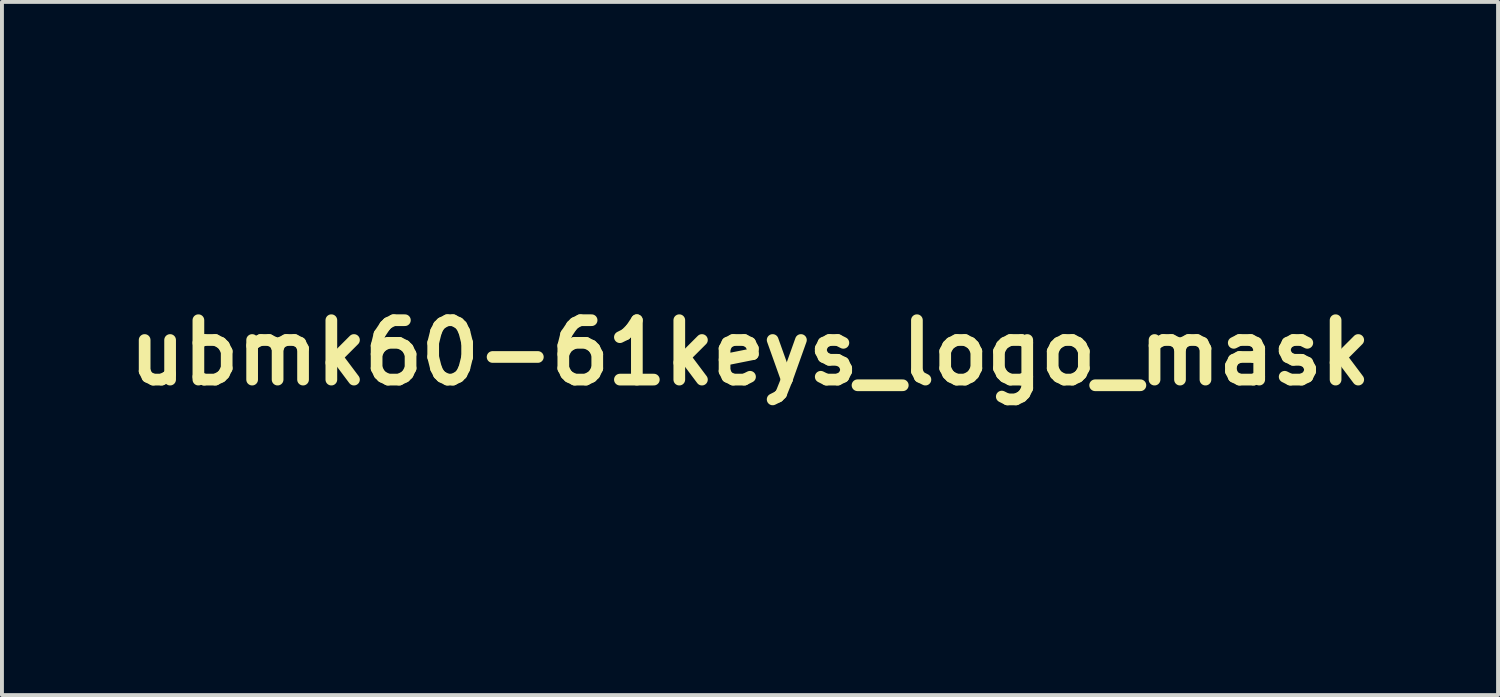
<source format=kicad_pcb>
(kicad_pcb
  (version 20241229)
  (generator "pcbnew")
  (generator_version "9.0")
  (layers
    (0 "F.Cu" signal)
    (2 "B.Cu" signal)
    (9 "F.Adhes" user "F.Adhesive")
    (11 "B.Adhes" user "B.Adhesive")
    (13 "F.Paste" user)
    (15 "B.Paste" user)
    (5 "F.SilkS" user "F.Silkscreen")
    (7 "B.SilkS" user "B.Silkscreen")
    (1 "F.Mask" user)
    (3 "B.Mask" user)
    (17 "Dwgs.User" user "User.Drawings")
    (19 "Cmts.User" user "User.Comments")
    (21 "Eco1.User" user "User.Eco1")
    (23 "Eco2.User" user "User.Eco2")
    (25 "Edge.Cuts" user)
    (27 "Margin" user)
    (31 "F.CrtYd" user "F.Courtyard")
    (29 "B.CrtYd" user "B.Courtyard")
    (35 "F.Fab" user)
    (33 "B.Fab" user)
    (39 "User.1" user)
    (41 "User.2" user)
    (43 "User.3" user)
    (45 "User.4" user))
  (footprint "ubmk60-61keys_logo_mask"
    (layer "F.Cu")
    (at 16.191 5.999)
    (property "Reference" "ubmk60-61keys_logo_mask" (at 0 0 0) (layer "F.SilkS") (effects (font (size 1.524 1.524) (thickness 0.3))))
    (attr through_hole)
    (fp_poly (pts (xy -1.764 -4.371) (xy -2.186 -4.371) (xy -2.186 -4.559) (xy -1.764 -4.559) (xy -1.764 -4.371)) (stroke (width 0.01) (type solid)) (fill yes) (layer "F.Mask"))
    (fp_poly (pts (xy -1.296 5.355) (xy -1.592 5.355) (xy -1.592 5.214) (xy -1.296 5.214) (xy -1.296 5.355)) (stroke (width 0.01) (type solid)) (fill yes) (layer "F.Mask"))
    (fp_poly (pts (xy 0.125 -4.34) (xy 0.297 -4.34) (xy 0.297 -4.075) (xy -0.359 -4.075) (xy -0.359 -4.34) (xy -0.172 -4.34) (xy -0.172 -4.855) (xy -0.343 -4.855) (xy -0.343 -5.121) (xy 0.125 -5.121) (xy 0.125 -4.34)) (stroke (width 0.01) (type solid)) (fill yes) (layer "F.Mask"))
    (fp_poly (pts (xy -2.904 5.37) (xy -2.779 5.37) (xy -2.779 5.558) (xy -3.247 5.558) (xy -3.247 5.37) (xy -3.106 5.37) (xy -3.11 5.187) (xy -3.115 5.004) (xy -3.173 4.999) (xy -3.232 4.994) (xy -3.232 4.824) (xy -2.904 4.824) (xy -2.904 5.37)) (stroke (width 0.01) (type solid)) (fill yes) (layer "F.Mask"))
    (fp_poly (pts (xy -2.061 5.37) (xy -1.936 5.37) (xy -1.936 5.558) (xy -2.404 5.558) (xy -2.404 5.37) (xy -2.263 5.37) (xy -2.267 5.187) (xy -2.271 5.004) (xy -2.33 4.999) (xy -2.389 4.994) (xy -2.389 4.824) (xy -2.061 4.824) (xy -2.061 5.37)) (stroke (width 0.01) (type solid)) (fill yes) (layer "F.Mask"))
    (fp_poly (pts (xy -2.538 5.367) (xy -2.502 5.4) (xy -2.484 5.444) (xy -2.488 5.492) (xy -2.517 5.535) (xy -2.523 5.541) (xy -2.573 5.569) (xy -2.618 5.567) (xy -2.662 5.535) (xy -2.662 5.535) (xy -2.694 5.49) (xy -2.696 5.446) (xy -2.668 5.396) (xy -2.668 5.396) (xy -2.625 5.361) (xy -2.59 5.355) (xy -2.538 5.367)) (stroke (width 0.01) (type solid)) (fill yes) (layer "F.Mask"))
    (fp_poly (pts (xy 5.461 -4.214) (xy 5.518 -4.167) (xy 5.547 -4.111) (xy 5.558 -4.042) (xy 5.551 -3.974) (xy 5.537 -3.937) (xy 5.492 -3.887) (xy 5.429 -3.852) (xy 5.363 -3.841) (xy 5.305 -3.849) (xy 5.255 -3.871) (xy 5.254 -3.871) (xy 5.204 -3.916) (xy 5.176 -3.974) (xy 5.168 -4.046) (xy 5.181 -4.118) (xy 5.216 -4.174) (xy 5.268 -4.215) (xy 5.33 -4.236) (xy 5.396 -4.236) (xy 5.461 -4.214)) (stroke (width 0.01) (type solid)) (fill yes) (layer "F.Mask"))
    (fp_poly (pts (xy -2.966 -5.119) (xy -2.932 -5.114) (xy -2.922 -5.108) (xy -2.931 -5.092) (xy -2.956 -5.053) (xy -2.994 -4.994) (xy -3.044 -4.918) (xy -3.103 -4.827) (xy -3.17 -4.724) (xy -3.243 -4.612) (xy -3.261 -4.585) (xy -3.594 -4.075) (xy -3.797 -4.075) (xy -3.77 -4.118) (xy -3.755 -4.14) (xy -3.725 -4.186) (xy -3.683 -4.251) (xy -3.629 -4.333) (xy -3.568 -4.427) (xy -3.499 -4.532) (xy -3.428 -4.64) (xy -3.115 -5.12) (xy -3.016 -5.121) (xy -2.966 -5.119)) (stroke (width 0.01) (type solid)) (fill yes) (layer "F.Mask"))
    (fp_poly (pts (xy -0.624 4.827) (xy -0.55 4.839) (xy -0.496 4.86) (xy -0.456 4.895) (xy -0.425 4.945) (xy -0.42 4.955) (xy -0.396 5.035) (xy -0.399 5.108) (xy -0.431 5.177) (xy -0.493 5.243) (xy -0.558 5.292) (xy -0.663 5.363) (xy -0.527 5.367) (xy -0.39 5.372) (xy -0.39 5.558) (xy -0.589 5.557) (xy -0.668 5.555) (xy -0.737 5.552) (xy -0.791 5.548) (xy -0.82 5.543) (xy -0.821 5.542) (xy -0.868 5.509) (xy -0.904 5.457) (xy -0.921 5.4) (xy -0.921 5.393) (xy -0.916 5.355) (xy -0.897 5.318) (xy -0.862 5.278) (xy -0.806 5.231) (xy -0.734 5.178) (xy -0.663 5.123) (xy -0.622 5.078) (xy -0.61 5.043) (xy -0.628 5.018) (xy -0.676 5.003) (xy -0.753 4.996) (xy -0.776 4.996) (xy -0.89 4.996) (xy -0.89 4.824) (xy -0.724 4.824) (xy -0.624 4.827)) (stroke (width 0.01) (type solid)) (fill yes) (layer "F.Mask"))
    (fp_poly (pts (xy 0.703 4.827) (xy 0.777 4.839) (xy 0.831 4.86) (xy 0.871 4.895) (xy 0.902 4.945) (xy 0.907 4.955) (xy 0.931 5.035) (xy 0.928 5.108) (xy 0.896 5.177) (xy 0.834 5.243) (xy 0.769 5.292) (xy 0.663 5.363) (xy 0.8 5.367) (xy 0.937 5.372) (xy 0.937 5.558) (xy 0.738 5.557) (xy 0.659 5.555) (xy 0.59 5.552) (xy 0.536 5.548) (xy 0.507 5.543) (xy 0.506 5.542) (xy 0.459 5.509) (xy 0.423 5.457) (xy 0.406 5.4) (xy 0.406 5.393) (xy 0.411 5.355) (xy 0.43 5.318) (xy 0.465 5.278) (xy 0.521 5.231) (xy 0.593 5.178) (xy 0.664 5.123) (xy 0.705 5.078) (xy 0.717 5.043) (xy 0.699 5.018) (xy 0.651 5.003) (xy 0.574 4.996) (xy 0.551 4.996) (xy 0.437 4.996) (xy 0.437 4.824) (xy 0.603 4.824) (xy 0.703 4.827)) (stroke (width 0.01) (type solid)) (fill yes) (layer "F.Mask"))
    (fp_poly (pts (xy 2.873 -4.637) (xy 2.874 -4.534) (xy 2.878 -4.458) (xy 2.886 -4.403) (xy 2.9 -4.366) (xy 2.92 -4.342) (xy 2.945 -4.326) (xy 2.994 -4.311) (xy 3.033 -4.318) (xy 3.068 -4.347) (xy 3.083 -4.363) (xy 3.093 -4.38) (xy 3.1 -4.404) (xy 3.104 -4.44) (xy 3.106 -4.493) (xy 3.107 -4.57) (xy 3.107 -4.62) (xy 3.107 -4.855) (xy 3.39 -4.855) (xy 3.385 -4.568) (xy 3.38 -4.28) (xy 3.333 -4.213) (xy 3.281 -4.157) (xy 3.217 -4.111) (xy 3.212 -4.108) (xy 3.138 -4.07) (xy 3.138 -3.778) (xy 2.857 -3.778) (xy 2.857 -4.075) (xy 2.794 -4.1) (xy 2.732 -4.137) (xy 2.673 -4.194) (xy 2.627 -4.26) (xy 2.607 -4.308) (xy 2.602 -4.343) (xy 2.597 -4.402) (xy 2.594 -4.478) (xy 2.592 -4.565) (xy 2.592 -4.609) (xy 2.592 -4.855) (xy 2.873 -4.855) (xy 2.873 -4.637)) (stroke (width 0.01) (type solid)) (fill yes) (layer "F.Mask"))
    (fp_poly (pts (xy 5.552 -4.875) (xy 5.695 -4.828) (xy 5.828 -4.759) (xy 5.946 -4.668) (xy 5.96 -4.655) (xy 6.042 -4.563) (xy 6.102 -4.476) (xy 6.139 -4.394) (xy 6.151 -4.321) (xy 6.139 -4.259) (xy 6.102 -4.211) (xy 6.073 -4.192) (xy 6.004 -4.17) (xy 5.938 -4.178) (xy 5.895 -4.201) (xy 5.86 -4.237) (xy 5.828 -4.284) (xy 5.824 -4.291) (xy 5.786 -4.347) (xy 5.731 -4.407) (xy 5.667 -4.463) (xy 5.605 -4.507) (xy 5.579 -4.52) (xy 5.456 -4.558) (xy 5.339 -4.566) (xy 5.243 -4.55) (xy 5.146 -4.526) (xy 5.072 -4.514) (xy 5.017 -4.516) (xy 4.977 -4.531) (xy 4.946 -4.56) (xy 4.933 -4.579) (xy 4.906 -4.643) (xy 4.909 -4.705) (xy 4.932 -4.756) (xy 4.974 -4.799) (xy 5.045 -4.836) (xy 5.141 -4.867) (xy 5.259 -4.89) (xy 5.263 -4.89) (xy 5.405 -4.896) (xy 5.552 -4.875)) (stroke (width 0.01) (type solid)) (fill yes) (layer "F.Mask"))
    (fp_poly (pts (xy 3.695 5.006) (xy 3.758 5.029) (xy 3.83 5.079) (xy 3.88 5.148) (xy 3.908 5.227) (xy 3.913 5.313) (xy 3.893 5.398) (xy 3.848 5.477) (xy 3.838 5.487) (xy 3.781 5.534) (xy 3.713 5.562) (xy 3.643 5.569) (xy 3.579 5.556) (xy 3.541 5.532) (xy 3.527 5.521) (xy 3.519 5.523) (xy 3.515 5.541) (xy 3.513 5.582) (xy 3.513 5.641) (xy 3.513 5.776) (xy 3.308 5.776) (xy 3.313 5.474) (xy 3.316 5.284) (xy 3.513 5.284) (xy 3.525 5.332) (xy 3.557 5.366) (xy 3.6 5.382) (xy 3.645 5.377) (xy 3.677 5.355) (xy 3.7 5.31) (xy 3.701 5.261) (xy 3.685 5.214) (xy 3.654 5.18) (xy 3.612 5.167) (xy 3.58 5.18) (xy 3.546 5.212) (xy 3.521 5.251) (xy 3.513 5.284) (xy 3.316 5.284) (xy 3.317 5.173) (xy 3.362 5.114) (xy 3.428 5.052) (xy 3.51 5.012) (xy 3.602 4.996) (xy 3.695 5.006)) (stroke (width 0.01) (type solid)) (fill yes) (layer "F.Mask"))
    (fp_poly (pts (xy -3.723 -5.133) (xy -3.628 -5.12) (xy -3.557 -5.089) (xy -3.508 -5.039) (xy -3.478 -4.966) (xy -3.466 -4.868) (xy -3.466 -4.842) (xy -3.468 -4.776) (xy -3.478 -4.729) (xy -3.496 -4.69) (xy -3.501 -4.682) (xy -3.559 -4.622) (xy -3.634 -4.581) (xy -3.72 -4.563) (xy -3.808 -4.569) (xy -3.828 -4.574) (xy -3.9 -4.606) (xy -3.951 -4.653) (xy -3.982 -4.719) (xy -3.995 -4.808) (xy -3.996 -4.847) (xy -3.995 -4.859) (xy -3.809 -4.859) (xy -3.801 -4.799) (xy -3.779 -4.756) (xy -3.749 -4.733) (xy -3.714 -4.733) (xy -3.68 -4.761) (xy -3.677 -4.765) (xy -3.657 -4.815) (xy -3.654 -4.873) (xy -3.668 -4.926) (xy -3.684 -4.949) (xy -3.714 -4.974) (xy -3.739 -4.977) (xy -3.772 -4.957) (xy -3.775 -4.956) (xy -3.798 -4.932) (xy -3.808 -4.896) (xy -3.809 -4.859) (xy -3.995 -4.859) (xy -3.988 -4.952) (xy -3.962 -5.032) (xy -3.916 -5.087) (xy -3.85 -5.121) (xy -3.763 -5.133) (xy -3.723 -5.133)) (stroke (width 0.01) (type solid)) (fill yes) (layer "F.Mask"))
    (fp_poly (pts (xy -2.934 -4.633) (xy -2.852 -4.614) (xy -2.785 -4.57) (xy -2.741 -4.521) (xy -2.724 -4.493) (xy -2.714 -4.458) (xy -2.71 -4.408) (xy -2.709 -4.348) (xy -2.712 -4.266) (xy -2.724 -4.206) (xy -2.75 -4.16) (xy -2.792 -4.118) (xy -2.815 -4.1) (xy -2.863 -4.078) (xy -2.928 -4.065) (xy -3 -4.062) (xy -3.066 -4.069) (xy -3.1 -4.08) (xy -3.166 -4.127) (xy -3.213 -4.195) (xy -3.24 -4.28) (xy -3.244 -4.372) (xy -3.043 -4.372) (xy -3.043 -4.32) (xy -3.037 -4.275) (xy -3.026 -4.249) (xy -2.989 -4.232) (xy -2.947 -4.238) (xy -2.912 -4.265) (xy -2.892 -4.314) (xy -2.89 -4.367) (xy -2.905 -4.415) (xy -2.932 -4.451) (xy -2.971 -4.465) (xy -2.972 -4.465) (xy -3.008 -4.457) (xy -3.026 -4.446) (xy -3.037 -4.418) (xy -3.043 -4.372) (xy -3.244 -4.372) (xy -3.244 -4.379) (xy -3.239 -4.422) (xy -3.211 -4.504) (xy -3.16 -4.568) (xy -3.089 -4.612) (xy -3.002 -4.633) (xy -2.934 -4.633)) (stroke (width 0.01) (type solid)) (fill yes) (layer "F.Mask"))
    (fp_poly (pts (xy 5.559 -5.433) (xy 5.71 -5.405) (xy 5.722 -5.402) (xy 5.913 -5.336) (xy 6.093 -5.243) (xy 6.259 -5.124) (xy 6.408 -4.982) (xy 6.536 -4.819) (xy 6.588 -4.737) (xy 6.632 -4.648) (xy 6.652 -4.574) (xy 6.646 -4.513) (xy 6.616 -4.46) (xy 6.605 -4.448) (xy 6.548 -4.412) (xy 6.484 -4.402) (xy 6.421 -4.418) (xy 6.396 -4.434) (xy 6.367 -4.465) (xy 6.333 -4.513) (xy 6.304 -4.563) (xy 6.251 -4.645) (xy 6.179 -4.734) (xy 6.097 -4.82) (xy 6.011 -4.896) (xy 5.942 -4.946) (xy 5.794 -5.024) (xy 5.636 -5.08) (xy 5.476 -5.113) (xy 5.366 -5.12) (xy 5.281 -5.115) (xy 5.183 -5.101) (xy 5.085 -5.08) (xy 4.999 -5.054) (xy 4.966 -5.041) (xy 4.886 -5.016) (xy 4.812 -5.012) (xy 4.751 -5.029) (xy 4.722 -5.049) (xy 4.682 -5.108) (xy 4.67 -5.174) (xy 4.687 -5.238) (xy 4.72 -5.284) (xy 4.768 -5.317) (xy 4.844 -5.351) (xy 4.943 -5.384) (xy 5.061 -5.414) (xy 5.089 -5.42) (xy 5.236 -5.441) (xy 5.397 -5.445) (xy 5.559 -5.433)) (stroke (width 0.01) (type solid)) (fill yes) (layer "F.Mask"))
    (fp_poly (pts (xy 5.652 -5.976) (xy 5.865 -5.935) (xy 5.962 -5.907) (xy 6.194 -5.815) (xy 6.409 -5.697) (xy 6.607 -5.554) (xy 6.786 -5.386) (xy 6.945 -5.194) (xy 7.082 -4.983) (xy 7.127 -4.893) (xy 7.15 -4.82) (xy 7.149 -4.759) (xy 7.126 -4.708) (xy 7.104 -4.682) (xy 7.048 -4.646) (xy 6.983 -4.636) (xy 6.919 -4.653) (xy 6.894 -4.669) (xy 6.863 -4.702) (xy 6.83 -4.75) (xy 6.812 -4.783) (xy 6.705 -4.961) (xy 6.571 -5.128) (xy 6.417 -5.277) (xy 6.245 -5.405) (xy 6.129 -5.473) (xy 5.925 -5.565) (xy 5.714 -5.628) (xy 5.499 -5.662) (xy 5.284 -5.666) (xy 5.071 -5.641) (xy 4.862 -5.586) (xy 4.819 -5.571) (xy 4.707 -5.534) (xy 4.618 -5.516) (xy 4.549 -5.517) (xy 4.498 -5.539) (xy 4.463 -5.58) (xy 4.448 -5.617) (xy 4.439 -5.666) (xy 4.446 -5.71) (xy 4.455 -5.735) (xy 4.474 -5.77) (xy 4.502 -5.797) (xy 4.547 -5.823) (xy 4.578 -5.838) (xy 4.773 -5.911) (xy 4.985 -5.961) (xy 5.206 -5.989) (xy 5.431 -5.994) (xy 5.652 -5.976)) (stroke (width 0.01) (type solid)) (fill yes) (layer "F.Mask"))
    (fp_poly (pts (xy 1.081 -4.867) (xy 1.082 -4.763) (xy 1.084 -4.686) (xy 1.087 -4.633) (xy 1.09 -4.598) (xy 1.095 -4.578) (xy 1.103 -4.569) (xy 1.113 -4.566) (xy 1.116 -4.566) (xy 1.136 -4.575) (xy 1.163 -4.604) (xy 1.197 -4.655) (xy 1.228 -4.707) (xy 1.308 -4.847) (xy 1.466 -4.852) (xy 1.532 -4.853) (xy 1.584 -4.852) (xy 1.616 -4.849) (xy 1.624 -4.846) (xy 1.616 -4.829) (xy 1.594 -4.792) (xy 1.562 -4.74) (xy 1.529 -4.687) (xy 1.492 -4.628) (xy 1.462 -4.58) (xy 1.444 -4.548) (xy 1.439 -4.537) (xy 1.454 -4.527) (xy 1.485 -4.508) (xy 1.488 -4.506) (xy 1.537 -4.46) (xy 1.57 -4.391) (xy 1.588 -4.298) (xy 1.592 -4.211) (xy 1.592 -4.075) (xy 1.315 -4.075) (xy 1.309 -4.201) (xy 1.305 -4.266) (xy 1.299 -4.308) (xy 1.288 -4.334) (xy 1.27 -4.354) (xy 1.266 -4.358) (xy 1.226 -4.379) (xy 1.172 -4.384) (xy 1.157 -4.384) (xy 1.085 -4.379) (xy 1.081 -4.227) (xy 1.076 -4.075) (xy 0.796 -4.075) (xy 0.796 -5.167) (xy 1.077 -5.167) (xy 1.081 -4.867)) (stroke (width 0.01) (type solid)) (fill yes) (layer "F.Mask"))
    (fp_poly (pts (xy 2.529 -1.78) (xy 2.646 -1.78) (xy 2.779 -2.022) (xy 2.912 -2.263) (xy 3.189 -2.264) (xy 3.278 -2.263) (xy 3.355 -2.262) (xy 3.415 -2.261) (xy 3.454 -2.258) (xy 3.466 -2.256) (xy 3.458 -2.242) (xy 3.435 -2.205) (xy 3.401 -2.149) (xy 3.358 -2.08) (xy 3.308 -2.001) (xy 3.299 -1.988) (xy 3.25 -1.908) (xy 3.207 -1.837) (xy 3.175 -1.78) (xy 3.155 -1.74) (xy 3.15 -1.722) (xy 3.15 -1.721) (xy 3.196 -1.697) (xy 3.25 -1.655) (xy 3.3 -1.604) (xy 3.319 -1.581) (xy 3.35 -1.533) (xy 3.373 -1.478) (xy 3.389 -1.411) (xy 3.398 -1.327) (xy 3.403 -1.22) (xy 3.403 -1.147) (xy 3.403 -0.937) (xy 2.904 -0.937) (xy 2.904 -1.145) (xy 2.903 -1.232) (xy 2.901 -1.293) (xy 2.897 -1.334) (xy 2.89 -1.363) (xy 2.88 -1.384) (xy 2.872 -1.395) (xy 2.819 -1.437) (xy 2.742 -1.46) (xy 2.642 -1.465) (xy 2.631 -1.465) (xy 2.537 -1.46) (xy 2.533 -1.198) (xy 2.528 -0.937) (xy 2.045 -0.937) (xy 2.045 -2.81) (xy 2.529 -2.81) (xy 2.529 -1.78)) (stroke (width 0.01) (type solid)) (fill yes) (layer "F.Mask"))
    (fp_poly (pts (xy -3.106 -1.893) (xy -3.105 -1.747) (xy -3.102 -1.63) (xy -3.097 -1.544) (xy -3.091 -1.487) (xy -3.086 -1.469) (xy -3.049 -1.407) (xy -2.99 -1.366) (xy -2.926 -1.349) (xy -2.856 -1.352) (xy -2.798 -1.382) (xy -2.752 -1.435) (xy -2.741 -1.452) (xy -2.733 -1.47) (xy -2.726 -1.493) (xy -2.722 -1.525) (xy -2.719 -1.57) (xy -2.717 -1.632) (xy -2.717 -1.716) (xy -2.716 -1.825) (xy -2.716 -1.876) (xy -2.716 -2.264) (xy -2.232 -2.264) (xy -2.232 -1.822) (xy -2.233 -1.676) (xy -2.234 -1.559) (xy -2.237 -1.464) (xy -2.243 -1.389) (xy -2.251 -1.329) (xy -2.263 -1.28) (xy -2.279 -1.239) (xy -2.3 -1.201) (xy -2.326 -1.162) (xy -2.334 -1.151) (xy -2.422 -1.057) (xy -2.53 -0.984) (xy -2.605 -0.951) (xy -2.676 -0.931) (xy -2.767 -0.918) (xy -2.868 -0.91) (xy -2.969 -0.91) (xy -3.06 -0.917) (xy -3.115 -0.927) (xy -3.245 -0.974) (xy -3.36 -1.044) (xy -3.457 -1.133) (xy -3.529 -1.238) (xy -3.541 -1.261) (xy -3.583 -1.35) (xy -3.588 -1.807) (xy -3.593 -2.264) (xy -3.107 -2.264) (xy -3.106 -1.893)) (stroke (width 0.01) (type solid)) (fill yes) (layer "F.Mask"))
    (fp_poly (pts (xy 2.576 4.995) (xy 2.225 5.004) (xy 2.225 5.043) (xy 2.226 5.062) (xy 2.235 5.074) (xy 2.258 5.081) (xy 2.301 5.086) (xy 2.351 5.09) (xy 2.42 5.096) (xy 2.468 5.105) (xy 2.504 5.12) (xy 2.534 5.141) (xy 2.585 5.197) (xy 2.612 5.266) (xy 2.616 5.339) (xy 2.599 5.411) (xy 2.562 5.475) (xy 2.504 5.522) (xy 2.482 5.533) (xy 2.439 5.545) (xy 2.381 5.553) (xy 2.301 5.557) (xy 2.224 5.558) (xy 2.03 5.558) (xy 2.03 5.386) (xy 2.192 5.386) (xy 2.271 5.385) (xy 2.324 5.381) (xy 2.358 5.374) (xy 2.378 5.363) (xy 2.38 5.361) (xy 2.401 5.33) (xy 2.394 5.306) (xy 2.358 5.287) (xy 2.293 5.274) (xy 2.247 5.269) (xy 2.178 5.258) (xy 2.119 5.241) (xy 2.094 5.229) (xy 2.041 5.18) (xy 2.01 5.116) (xy 2 5.045) (xy 2.011 4.973) (xy 2.043 4.908) (xy 2.096 4.857) (xy 2.099 4.855) (xy 2.124 4.842) (xy 2.152 4.834) (xy 2.191 4.828) (xy 2.245 4.825) (xy 2.322 4.824) (xy 2.363 4.824) (xy 2.576 4.824) (xy 2.576 4.995)) (stroke (width 0.01) (type solid)) (fill yes) (layer "F.Mask"))
    (fp_poly (pts (xy 3.758 1.547) (xy 3.823 1.592) (xy 3.869 1.644) (xy 3.911 1.707) (xy 3.911 3.068) (xy 3.875 3.125) (xy 3.837 3.173) (xy 3.789 3.214) (xy 3.781 3.219) (xy 3.723 3.255) (xy -0.078 3.258) (xy -0.464 3.258) (xy -0.834 3.258) (xy -1.189 3.258) (xy -1.527 3.258) (xy -1.847 3.257) (xy -2.148 3.257) (xy -2.43 3.256) (xy -2.69 3.256) (xy -2.929 3.255) (xy -3.144 3.254) (xy -3.336 3.253) (xy -3.503 3.252) (xy -3.643 3.251) (xy -3.757 3.25) (xy -3.843 3.249) (xy -3.9 3.248) (xy -3.927 3.246) (xy -3.928 3.246) (xy -3.979 3.219) (xy -4.031 3.171) (xy -4.075 3.112) (xy -4.104 3.052) (xy -4.106 3.045) (xy -4.111 3.009) (xy -4.115 2.942) (xy -4.117 2.845) (xy -4.119 2.717) (xy -4.119 2.559) (xy -4.118 2.369) (xy -4.118 2.353) (xy -4.116 2.076) (xy -3.544 2.076) (xy -3.544 2.685) (xy 3.341 2.685) (xy 3.341 2.076) (xy -3.544 2.076) (xy -4.116 2.076) (xy -4.114 1.725) (xy -4.071 1.652) (xy -4.019 1.587) (xy -3.961 1.547) (xy -3.893 1.514) (xy 3.69 1.514) (xy 3.758 1.547)) (stroke (width 0.01) (type solid)) (fill yes) (layer "F.Mask"))
    (fp_poly (pts (xy 3.067 5.018) (xy 3.086 5.026) (xy 3.132 5.053) (xy 3.17 5.086) (xy 3.177 5.096) (xy 3.203 5.15) (xy 3.22 5.214) (xy 3.226 5.274) (xy 3.222 5.301) (xy 3.217 5.318) (xy 3.207 5.329) (xy 3.186 5.335) (xy 3.149 5.338) (xy 3.089 5.339) (xy 3.05 5.339) (xy 2.983 5.34) (xy 2.93 5.343) (xy 2.896 5.348) (xy 2.888 5.352) (xy 2.899 5.376) (xy 2.934 5.392) (xy 2.994 5.4) (xy 3.047 5.402) (xy 3.169 5.402) (xy 3.169 5.558) (xy 3.04 5.557) (xy 2.971 5.554) (xy 2.904 5.547) (xy 2.854 5.536) (xy 2.849 5.534) (xy 2.778 5.495) (xy 2.72 5.434) (xy 2.684 5.36) (xy 2.676 5.328) (xy 2.676 5.235) (xy 2.686 5.203) (xy 2.878 5.203) (xy 2.878 5.219) (xy 2.905 5.228) (xy 2.96 5.23) (xy 3.01 5.229) (xy 3.033 5.226) (xy 3.037 5.216) (xy 3.026 5.197) (xy 3.025 5.195) (xy 2.988 5.162) (xy 2.944 5.156) (xy 2.902 5.176) (xy 2.878 5.203) (xy 2.686 5.203) (xy 2.702 5.153) (xy 2.749 5.085) (xy 2.814 5.034) (xy 2.891 5.004) (xy 2.977 4.998) (xy 3.067 5.018)) (stroke (width 0.01) (type solid)) (fill yes) (layer "F.Mask"))
    (fp_poly (pts (xy 2.223 -4.849) (xy 2.318 -4.812) (xy 2.393 -4.752) (xy 2.446 -4.672) (xy 2.475 -4.572) (xy 2.479 -4.468) (xy 2.474 -4.379) (xy 2.235 -4.375) (xy 2.139 -4.372) (xy 2.071 -4.369) (xy 2.027 -4.364) (xy 2.006 -4.358) (xy 2.002 -4.351) (xy 2.023 -4.326) (xy 2.066 -4.308) (xy 2.135 -4.297) (xy 2.231 -4.293) (xy 2.244 -4.293) (xy 2.404 -4.293) (xy 2.404 -4.075) (xy 2.236 -4.076) (xy 2.16 -4.078) (xy 2.089 -4.082) (xy 2.034 -4.088) (xy 2.01 -4.092) (xy 1.902 -4.131) (xy 1.816 -4.191) (xy 1.752 -4.27) (xy 1.714 -4.366) (xy 1.703 -4.465) (xy 1.712 -4.545) (xy 1.987 -4.545) (xy 1.993 -4.534) (xy 2.014 -4.529) (xy 2.057 -4.527) (xy 2.099 -4.527) (xy 2.159 -4.528) (xy 2.195 -4.532) (xy 2.212 -4.539) (xy 2.217 -4.553) (xy 2.217 -4.556) (xy 2.203 -4.595) (xy 2.166 -4.625) (xy 2.117 -4.642) (xy 2.099 -4.643) (xy 2.042 -4.632) (xy 2.005 -4.596) (xy 1.991 -4.562) (xy 1.987 -4.545) (xy 1.712 -4.545) (xy 1.716 -4.579) (xy 1.755 -4.675) (xy 1.819 -4.755) (xy 1.907 -4.816) (xy 1.957 -4.841) (xy 2.003 -4.855) (xy 2.056 -4.861) (xy 2.108 -4.862) (xy 2.223 -4.849)) (stroke (width 0.01) (type solid)) (fill yes) (layer "F.Mask"))
    (fp_poly (pts (xy -1.53 -2.155) (xy -1.461 -2.207) (xy -1.37 -2.258) (xy -1.264 -2.286) (xy -1.149 -2.291) (xy -1.032 -2.275) (xy -0.917 -2.238) (xy -0.811 -2.18) (xy -0.766 -2.145) (xy -0.698 -2.073) (xy -0.638 -1.981) (xy -0.591 -1.879) (xy -0.571 -1.811) (xy -0.549 -1.657) (xy -0.555 -1.509) (xy -0.587 -1.371) (xy -0.643 -1.246) (xy -0.72 -1.136) (xy -0.819 -1.044) (xy -0.937 -0.974) (xy -1.072 -0.927) (xy -1.09 -0.923) (xy -1.175 -0.911) (xy -1.276 -0.907) (xy -1.378 -0.91) (xy -1.47 -0.921) (xy -1.513 -0.93) (xy -1.649 -0.982) (xy -1.768 -1.059) (xy -1.867 -1.161) (xy -1.945 -1.285) (xy -1.95 -1.296) (xy -2.006 -1.413) (xy -2.007 -1.592) (xy -1.514 -1.592) (xy -1.501 -1.504) (xy -1.466 -1.431) (xy -1.412 -1.377) (xy -1.344 -1.346) (xy -1.267 -1.339) (xy -1.185 -1.36) (xy -1.169 -1.367) (xy -1.115 -1.411) (xy -1.078 -1.474) (xy -1.058 -1.548) (xy -1.056 -1.628) (xy -1.074 -1.703) (xy -1.111 -1.768) (xy -1.123 -1.781) (xy -1.188 -1.828) (xy -1.259 -1.848) (xy -1.33 -1.843) (xy -1.395 -1.816) (xy -1.451 -1.768) (xy -1.492 -1.704) (xy -1.513 -1.624) (xy -1.514 -1.592) (xy -2.007 -1.592) (xy -2.015 -2.81) (xy -1.53 -2.81) (xy -1.53 -2.155)) (stroke (width 0.01) (type solid)) (fill yes) (layer "F.Mask"))
    (fp_poly (pts (xy -3.349 5.012) (xy -3.31 5.013) (xy -3.294 5.016) (xy -3.294 5.016) (xy -3.299 5.034) (xy -3.312 5.076) (xy -3.332 5.134) (xy -3.355 5.204) (xy -3.381 5.278) (xy -3.406 5.351) (xy -3.43 5.417) (xy -3.448 5.469) (xy -3.461 5.5) (xy -3.463 5.506) (xy -3.493 5.536) (xy -3.542 5.56) (xy -3.596 5.572) (xy -3.613 5.573) (xy -3.651 5.565) (xy -3.686 5.55) (xy -3.72 5.524) (xy -3.739 5.5) (xy -3.747 5.477) (xy -3.763 5.432) (xy -3.784 5.371) (xy -3.808 5.301) (xy -3.833 5.227) (xy -3.857 5.156) (xy -3.878 5.094) (xy -3.893 5.046) (xy -3.902 5.019) (xy -3.903 5.016) (xy -3.889 5.014) (xy -3.851 5.012) (xy -3.798 5.011) (xy -3.795 5.011) (xy -3.736 5.013) (xy -3.701 5.018) (xy -3.684 5.028) (xy -3.679 5.039) (xy -3.672 5.065) (xy -3.661 5.114) (xy -3.647 5.177) (xy -3.637 5.219) (xy -3.622 5.282) (xy -3.609 5.331) (xy -3.599 5.36) (xy -3.596 5.365) (xy -3.589 5.347) (xy -3.578 5.306) (xy -3.565 5.25) (xy -3.558 5.22) (xy -3.544 5.153) (xy -3.531 5.096) (xy -3.522 5.055) (xy -3.52 5.046) (xy -3.513 5.028) (xy -3.498 5.017) (xy -3.468 5.013) (xy -3.415 5.011) (xy -3.403 5.011) (xy -3.349 5.012)) (stroke (width 0.01) (type solid)) (fill yes) (layer "F.Mask"))
    (fp_poly (pts (xy -5.346 -5.12) (xy -5.291 -5.118) (xy -5.256 -5.115) (xy -5.245 -5.112) (xy -5.254 -5.097) (xy -5.276 -5.061) (xy -5.309 -5.01) (xy -5.347 -4.953) (xy -5.392 -4.884) (xy -5.419 -4.836) (xy -5.429 -4.806) (xy -5.422 -4.789) (xy -5.398 -4.781) (xy -5.362 -4.778) (xy -5.315 -4.765) (xy -5.26 -4.733) (xy -5.205 -4.687) (xy -5.159 -4.636) (xy -5.143 -4.613) (xy -5.118 -4.562) (xy -5.104 -4.512) (xy -5.1 -4.449) (xy -5.1 -4.436) (xy -5.113 -4.329) (xy -5.151 -4.237) (xy -5.213 -4.163) (xy -5.295 -4.108) (xy -5.397 -4.074) (xy -5.515 -4.061) (xy -5.638 -4.07) (xy -5.673 -4.081) (xy -5.723 -4.104) (xy -5.762 -4.126) (xy -5.823 -4.17) (xy -5.866 -4.221) (xy -5.89 -4.262) (xy -5.915 -4.313) (xy -5.927 -4.355) (xy -5.931 -4.402) (xy -5.929 -4.453) (xy -5.634 -4.453) (xy -5.624 -4.399) (xy -5.603 -4.366) (xy -5.559 -4.333) (xy -5.503 -4.324) (xy -5.447 -4.341) (xy -5.41 -4.376) (xy -5.394 -4.427) (xy -5.402 -4.481) (xy -5.402 -4.482) (xy -5.435 -4.525) (xy -5.483 -4.548) (xy -5.536 -4.551) (xy -5.585 -4.533) (xy -5.613 -4.506) (xy -5.634 -4.453) (xy -5.929 -4.453) (xy -5.928 -4.457) (xy -5.922 -4.516) (xy -5.908 -4.574) (xy -5.885 -4.636) (xy -5.85 -4.707) (xy -5.801 -4.79) (xy -5.736 -4.892) (xy -5.702 -4.943) (xy -5.584 -5.121) (xy -5.415 -5.121) (xy -5.346 -5.12)) (stroke (width 0.01) (type solid)) (fill yes) (layer "F.Mask"))
    (fp_poly (pts (xy -0.678 -5.12) (xy -0.623 -5.118) (xy -0.588 -5.115) (xy -0.578 -5.112) (xy -0.586 -5.097) (xy -0.608 -5.061) (xy -0.641 -5.01) (xy -0.679 -4.953) (xy -0.724 -4.884) (xy -0.752 -4.836) (xy -0.761 -4.806) (xy -0.754 -4.789) (xy -0.73 -4.781) (xy -0.694 -4.778) (xy -0.647 -4.765) (xy -0.592 -4.733) (xy -0.537 -4.687) (xy -0.491 -4.636) (xy -0.475 -4.613) (xy -0.45 -4.562) (xy -0.437 -4.512) (xy -0.432 -4.449) (xy -0.432 -4.436) (xy -0.445 -4.329) (xy -0.483 -4.237) (xy -0.545 -4.163) (xy -0.628 -4.108) (xy -0.729 -4.074) (xy -0.847 -4.061) (xy -0.97 -4.07) (xy -1.006 -4.081) (xy -1.055 -4.104) (xy -1.094 -4.126) (xy -1.155 -4.17) (xy -1.198 -4.221) (xy -1.222 -4.262) (xy -1.247 -4.313) (xy -1.26 -4.355) (xy -1.263 -4.402) (xy -1.261 -4.453) (xy -0.966 -4.453) (xy -0.956 -4.399) (xy -0.936 -4.366) (xy -0.891 -4.333) (xy -0.836 -4.324) (xy -0.779 -4.341) (xy -0.743 -4.376) (xy -0.726 -4.427) (xy -0.734 -4.481) (xy -0.734 -4.482) (xy -0.767 -4.525) (xy -0.815 -4.548) (xy -0.868 -4.551) (xy -0.918 -4.533) (xy -0.945 -4.506) (xy -0.966 -4.453) (xy -1.261 -4.453) (xy -1.261 -4.457) (xy -1.254 -4.516) (xy -1.24 -4.574) (xy -1.217 -4.636) (xy -1.182 -4.707) (xy -1.133 -4.79) (xy -1.068 -4.892) (xy -1.035 -4.943) (xy -0.916 -5.121) (xy -0.747 -5.121) (xy -0.678 -5.12)) (stroke (width 0.01) (type solid)) (fill yes) (layer "F.Mask"))
    (fp_poly (pts (xy 0.118 4.821) (xy 0.195 4.854) (xy 0.258 4.908) (xy 0.268 4.921) (xy 0.283 4.944) (xy 0.293 4.968) (xy 0.299 4.999) (xy 0.303 5.044) (xy 0.304 5.108) (xy 0.304 5.184) (xy 0.304 5.27) (xy 0.303 5.33) (xy 0.299 5.372) (xy 0.293 5.401) (xy 0.282 5.424) (xy 0.266 5.447) (xy 0.262 5.451) (xy 0.221 5.494) (xy 0.171 5.53) (xy 0.161 5.535) (xy 0.095 5.557) (xy 0.017 5.567) (xy -0.058 5.566) (xy -0.099 5.558) (xy -0.166 5.525) (xy -0.227 5.474) (xy -0.269 5.415) (xy -0.271 5.412) (xy -0.284 5.375) (xy -0.292 5.324) (xy -0.296 5.253) (xy -0.296 5.187) (xy -0.094 5.187) (xy -0.093 5.251) (xy -0.088 5.292) (xy -0.078 5.32) (xy -0.06 5.343) (xy -0.055 5.348) (xy -0.022 5.374) (xy 0.006 5.386) (xy 0.008 5.386) (xy 0.035 5.376) (xy 0.068 5.35) (xy 0.071 5.348) (xy 0.091 5.325) (xy 0.102 5.298) (xy 0.108 5.26) (xy 0.109 5.202) (xy 0.109 5.187) (xy 0.106 5.104) (xy 0.093 5.047) (xy 0.07 5.013) (xy 0.034 4.998) (xy 0.008 4.996) (xy -0.036 5.003) (xy -0.066 5.026) (xy -0.084 5.069) (xy -0.093 5.137) (xy -0.094 5.187) (xy -0.296 5.187) (xy -0.296 5.181) (xy -0.295 5.1) (xy -0.292 5.043) (xy -0.286 5.002) (xy -0.275 4.97) (xy -0.261 4.942) (xy -0.209 4.88) (xy -0.138 4.837) (xy -0.056 4.812) (xy 0.032 4.807) (xy 0.118 4.821)) (stroke (width 0.01) (type solid)) (fill yes) (layer "F.Mask"))
    (fp_poly (pts (xy 1.429 4.821) (xy 1.507 4.854) (xy 1.569 4.908) (xy 1.579 4.921) (xy 1.594 4.944) (xy 1.604 4.968) (xy 1.611 4.999) (xy 1.614 5.044) (xy 1.616 5.108) (xy 1.616 5.184) (xy 1.616 5.27) (xy 1.614 5.33) (xy 1.611 5.372) (xy 1.604 5.401) (xy 1.593 5.424) (xy 1.577 5.447) (xy 1.574 5.451) (xy 1.532 5.494) (xy 1.482 5.53) (xy 1.472 5.535) (xy 1.406 5.557) (xy 1.328 5.567) (xy 1.254 5.566) (xy 1.213 5.558) (xy 1.146 5.525) (xy 1.085 5.474) (xy 1.042 5.415) (xy 1.04 5.412) (xy 1.028 5.375) (xy 1.02 5.324) (xy 1.016 5.253) (xy 1.015 5.187) (xy 1.218 5.187) (xy 1.219 5.251) (xy 1.223 5.292) (xy 1.234 5.32) (xy 1.251 5.343) (xy 1.256 5.348) (xy 1.289 5.374) (xy 1.317 5.386) (xy 1.319 5.386) (xy 1.347 5.376) (xy 1.38 5.35) (xy 1.382 5.348) (xy 1.402 5.325) (xy 1.414 5.298) (xy 1.419 5.26) (xy 1.421 5.202) (xy 1.421 5.187) (xy 1.417 5.104) (xy 1.405 5.047) (xy 1.382 5.013) (xy 1.346 4.998) (xy 1.319 4.996) (xy 1.275 5.003) (xy 1.245 5.026) (xy 1.227 5.069) (xy 1.219 5.137) (xy 1.218 5.187) (xy 1.015 5.187) (xy 1.015 5.181) (xy 1.016 5.1) (xy 1.019 5.043) (xy 1.025 5.002) (xy 1.036 4.97) (xy 1.05 4.942) (xy 1.102 4.88) (xy 1.173 4.837) (xy 1.255 4.812) (xy 1.343 4.807) (xy 1.429 4.821)) (stroke (width 0.01) (type solid)) (fill yes) (layer "F.Mask"))
    (fp_poly (pts (xy -4.483 -5.128) (xy -4.43 -5.125) (xy -4.392 -5.118) (xy -4.359 -5.106) (xy -4.323 -5.086) (xy -4.32 -5.084) (xy -4.251 -5.035) (xy -4.198 -4.976) (xy -4.16 -4.904) (xy -4.136 -4.814) (xy -4.125 -4.704) (xy -4.124 -4.567) (xy -4.125 -4.543) (xy -4.129 -4.454) (xy -4.135 -4.389) (xy -4.143 -4.341) (xy -4.156 -4.303) (xy -4.165 -4.284) (xy -4.215 -4.212) (xy -4.286 -4.144) (xy -4.36 -4.096) (xy -4.406 -4.08) (xy -4.474 -4.07) (xy -4.551 -4.064) (xy -4.627 -4.065) (xy -4.692 -4.071) (xy -4.715 -4.076) (xy -4.802 -4.116) (xy -4.882 -4.18) (xy -4.941 -4.253) (xy -4.959 -4.283) (xy -4.972 -4.31) (xy -4.98 -4.34) (xy -4.986 -4.378) (xy -4.988 -4.418) (xy -4.702 -4.418) (xy -4.655 -4.371) (xy -4.6 -4.333) (xy -4.542 -4.326) (xy -4.486 -4.35) (xy -4.471 -4.361) (xy -4.45 -4.382) (xy -4.437 -4.405) (xy -4.429 -4.439) (xy -4.424 -4.492) (xy -4.421 -4.532) (xy -4.419 -4.655) (xy -4.428 -4.748) (xy -4.447 -4.813) (xy -4.466 -4.841) (xy -4.509 -4.864) (xy -4.565 -4.871) (xy -4.622 -4.859) (xy -4.654 -4.841) (xy -4.67 -4.827) (xy -4.68 -4.809) (xy -4.687 -4.782) (xy -4.692 -4.74) (xy -4.695 -4.677) (xy -4.696 -4.615) (xy -4.702 -4.418) (xy -4.988 -4.418) (xy -4.989 -4.432) (xy -4.992 -4.506) (xy -4.993 -4.571) (xy -4.994 -4.685) (xy -4.991 -4.775) (xy -4.982 -4.844) (xy -4.966 -4.9) (xy -4.942 -4.948) (xy -4.909 -4.993) (xy -4.898 -5.006) (xy -4.845 -5.058) (xy -4.79 -5.094) (xy -4.726 -5.115) (xy -4.644 -5.126) (xy -4.559 -5.128) (xy -4.483 -5.128)) (stroke (width 0.01) (type solid)) (fill yes) (layer "F.Mask"))
    (fp_poly (pts (xy -4.964 -2.667) (xy -4.858 -2.667) (xy -4.77 -2.666) (xy -4.705 -2.665) (xy -4.666 -2.663) (xy -4.656 -2.662) (xy -4.613 -2.641) (xy -4.564 -2.602) (xy -4.519 -2.554) (xy -4.488 -2.507) (xy -4.486 -2.502) (xy -4.481 -2.483) (xy -4.476 -2.451) (xy -4.472 -2.405) (xy -4.47 -2.341) (xy -4.468 -2.257) (xy -4.466 -2.151) (xy -4.465 -2.02) (xy -4.465 -1.86) (xy -4.465 -1.801) (xy -4.465 -1.641) (xy -4.465 -1.509) (xy -4.466 -1.402) (xy -4.467 -1.317) (xy -4.469 -1.251) (xy -4.471 -1.201) (xy -4.474 -1.163) (xy -4.479 -1.135) (xy -4.484 -1.114) (xy -4.491 -1.096) (xy -4.498 -1.082) (xy -4.548 -1.012) (xy -4.597 -0.976) (xy -4.663 -0.937) (xy -5.341 -0.937) (xy -5.504 -0.937) (xy -5.64 -0.937) (xy -5.75 -0.938) (xy -5.838 -0.939) (xy -5.906 -0.94) (xy -5.958 -0.943) (xy -5.996 -0.946) (xy -6.023 -0.95) (xy -6.043 -0.955) (xy -6.058 -0.961) (xy -6.066 -0.966) (xy -6.138 -1.027) (xy -6.188 -1.107) (xy -6.199 -1.138) (xy -6.203 -1.171) (xy -6.207 -1.235) (xy -6.21 -1.329) (xy -6.211 -1.453) (xy -6.211 -1.499) (xy -5.636 -1.499) (xy -5.026 -1.499) (xy -5.035 -2.1) (xy -5.335 -2.104) (xy -5.636 -2.108) (xy -5.636 -1.499) (xy -6.211 -1.499) (xy -6.212 -1.606) (xy -6.211 -1.787) (xy -6.21 -1.834) (xy -6.209 -2) (xy -6.208 -2.137) (xy -6.206 -2.249) (xy -6.203 -2.339) (xy -6.199 -2.41) (xy -6.192 -2.465) (xy -6.184 -2.506) (xy -6.172 -2.538) (xy -6.158 -2.562) (xy -6.139 -2.582) (xy -6.117 -2.6) (xy -6.094 -2.618) (xy -6.036 -2.662) (xy -5.364 -2.666) (xy -5.221 -2.667) (xy -5.086 -2.667) (xy -4.964 -2.667)) (stroke (width 0.01) (type solid)) (fill yes) (layer "F.Mask"))
    (fp_poly (pts (xy 5.297 1.515) (xy 5.429 1.515) (xy 5.536 1.516) (xy 5.622 1.517) (xy 5.688 1.519) (xy 5.739 1.522) (xy 5.777 1.525) (xy 5.805 1.53) (xy 5.826 1.535) (xy 5.844 1.542) (xy 5.848 1.544) (xy 5.923 1.594) (xy 5.976 1.666) (xy 5.996 1.715) (xy 6 1.748) (xy 6.004 1.812) (xy 6.006 1.905) (xy 6.008 2.028) (xy 6.008 2.179) (xy 6.008 2.358) (xy 6.007 2.421) (xy 6.003 3.07) (xy 5.961 3.133) (xy 5.908 3.191) (xy 5.85 3.23) (xy 5.833 3.238) (xy 5.814 3.245) (xy 5.791 3.25) (xy 5.762 3.254) (xy 5.722 3.257) (xy 5.669 3.26) (xy 5.6 3.261) (xy 5.511 3.262) (xy 5.4 3.263) (xy 5.263 3.263) (xy 5.135 3.263) (xy 4.976 3.263) (xy 4.845 3.263) (xy 4.739 3.262) (xy 4.654 3.261) (xy 4.589 3.259) (xy 4.539 3.257) (xy 4.502 3.253) (xy 4.475 3.249) (xy 4.453 3.243) (xy 4.435 3.236) (xy 4.421 3.229) (xy 4.361 3.188) (xy 4.312 3.134) (xy 4.311 3.133) (xy 4.27 3.07) (xy 4.267 2.685) (xy 4.823 2.685) (xy 5.449 2.685) (xy 5.445 2.385) (xy 5.441 2.084) (xy 4.832 2.084) (xy 4.828 2.385) (xy 4.823 2.685) (xy 4.267 2.685) (xy 4.265 2.421) (xy 4.264 2.233) (xy 4.264 2.073) (xy 4.265 1.942) (xy 4.268 1.839) (xy 4.271 1.766) (xy 4.275 1.723) (xy 4.277 1.715) (xy 4.316 1.633) (xy 4.379 1.57) (xy 4.425 1.544) (xy 4.442 1.537) (xy 4.463 1.531) (xy 4.489 1.526) (xy 4.525 1.522) (xy 4.573 1.52) (xy 4.636 1.518) (xy 4.717 1.516) (xy 4.819 1.516) (xy 4.946 1.515) (xy 5.101 1.515) (xy 5.136 1.515) (xy 5.297 1.515)) (stroke (width 0.01) (type solid)) (fill yes) (layer "F.Mask"))
    (fp_poly (pts (xy -0.987 -0.578) (xy -0.855 -0.577) (xy -0.748 -0.577) (xy -0.663 -0.576) (xy -0.596 -0.574) (xy -0.546 -0.572) (xy -0.508 -0.568) (xy -0.48 -0.564) (xy -0.459 -0.558) (xy -0.44 -0.551) (xy -0.426 -0.545) (xy -0.356 -0.494) (xy -0.32 -0.446) (xy -0.281 -0.38) (xy -0.281 0.295) (xy -0.281 0.464) (xy -0.281 0.604) (xy -0.282 0.72) (xy -0.284 0.813) (xy -0.287 0.886) (xy -0.292 0.942) (xy -0.299 0.985) (xy -0.308 1.018) (xy -0.319 1.042) (xy -0.334 1.062) (xy -0.352 1.079) (xy -0.374 1.097) (xy -0.375 1.098) (xy -0.423 1.13) (xy -0.476 1.153) (xy -0.481 1.155) (xy -0.514 1.159) (xy -0.575 1.163) (xy -0.657 1.167) (xy -0.758 1.169) (xy -0.872 1.171) (xy -0.996 1.171) (xy -1.125 1.171) (xy -1.255 1.17) (xy -1.381 1.169) (xy -1.5 1.167) (xy -1.608 1.164) (xy -1.699 1.16) (xy -1.771 1.156) (xy -1.817 1.151) (xy -1.832 1.148) (xy -1.882 1.124) (xy -1.926 1.094) (xy -1.931 1.09) (xy -1.95 1.072) (xy -1.967 1.054) (xy -1.98 1.034) (xy -1.99 1.009) (xy -1.998 0.977) (xy -2.004 0.933) (xy -2.008 0.875) (xy -2.011 0.8) (xy -2.013 0.705) (xy -2.014 0.588) (xy -2.014 0.445) (xy -2.014 0.295) (xy -2.014 -0.016) (xy -1.452 -0.016) (xy -1.452 0.593) (xy -0.843 0.593) (xy -0.843 -0.016) (xy -1.452 -0.016) (xy -2.014 -0.016) (xy -2.014 -0.38) (xy -1.975 -0.446) (xy -1.919 -0.513) (xy -1.869 -0.545) (xy -1.851 -0.553) (xy -1.833 -0.56) (xy -1.81 -0.565) (xy -1.78 -0.569) (xy -1.74 -0.572) (xy -1.687 -0.574) (xy -1.617 -0.576) (xy -1.528 -0.577) (xy -1.416 -0.577) (xy -1.279 -0.578) (xy -1.147 -0.578) (xy -0.987 -0.578)) (stroke (width 0.01) (type solid)) (fill yes) (layer "F.Mask"))
    (fp_poly (pts (xy 1.115 -0.578) (xy 1.247 -0.577) (xy 1.354 -0.577) (xy 1.44 -0.576) (xy 1.506 -0.574) (xy 1.557 -0.571) (xy 1.594 -0.568) (xy 1.622 -0.564) (xy 1.643 -0.558) (xy 1.66 -0.552) (xy 1.671 -0.546) (xy 1.718 -0.513) (xy 1.763 -0.467) (xy 1.776 -0.45) (xy 1.819 -0.385) (xy 1.823 0.252) (xy 1.824 0.436) (xy 1.824 0.591) (xy 1.823 0.717) (xy 1.821 0.815) (xy 1.818 0.888) (xy 1.814 0.936) (xy 1.81 0.955) (xy 1.778 1.024) (xy 1.725 1.087) (xy 1.66 1.135) (xy 1.615 1.153) (xy 1.581 1.159) (xy 1.52 1.163) (xy 1.437 1.166) (xy 1.336 1.169) (xy 1.221 1.17) (xy 1.097 1.171) (xy 0.967 1.171) (xy 0.837 1.171) (xy 0.71 1.169) (xy 0.591 1.167) (xy 0.483 1.164) (xy 0.392 1.161) (xy 0.321 1.156) (xy 0.274 1.151) (xy 0.26 1.148) (xy 0.19 1.113) (xy 0.138 1.062) (xy 0.108 1.011) (xy 0.1 0.996) (xy 0.094 0.977) (xy 0.09 0.953) (xy 0.086 0.921) (xy 0.083 0.876) (xy 0.081 0.817) (xy 0.08 0.741) (xy 0.079 0.643) (xy 0.078 0.523) (xy 0.078 0.375) (xy 0.078 0.289) (xy 0.078 0.121) (xy 0.079 -0.016) (xy 0.64 -0.016) (xy 0.64 0.593) (xy 1.249 0.593) (xy 1.249 -0.016) (xy 0.64 -0.016) (xy 0.079 -0.016) (xy 0.079 -0.018) (xy 0.08 -0.132) (xy 0.081 -0.222) (xy 0.084 -0.292) (xy 0.087 -0.343) (xy 0.09 -0.38) (xy 0.095 -0.405) (xy 0.1 -0.418) (xy 0.14 -0.475) (xy 0.195 -0.526) (xy 0.252 -0.56) (xy 0.255 -0.561) (xy 0.283 -0.566) (xy 0.342 -0.57) (xy 0.431 -0.573) (xy 0.548 -0.575) (xy 0.694 -0.577) (xy 0.866 -0.578) (xy 0.954 -0.578) (xy 1.115 -0.578)) (stroke (width 0.01) (type solid)) (fill yes) (layer "F.Mask"))
    (fp_poly (pts (xy 0.376 -2.289) (xy 0.51 -2.259) (xy 0.629 -2.21) (xy 0.736 -2.156) (xy 0.807 -2.201) (xy 0.881 -2.238) (xy 0.975 -2.267) (xy 1.077 -2.287) (xy 1.175 -2.295) (xy 1.176 -2.295) (xy 1.324 -2.283) (xy 1.457 -2.246) (xy 1.574 -2.188) (xy 1.672 -2.109) (xy 1.747 -2.011) (xy 1.782 -1.938) (xy 1.792 -1.911) (xy 1.8 -1.883) (xy 1.807 -1.852) (xy 1.811 -1.812) (xy 1.815 -1.759) (xy 1.818 -1.691) (xy 1.82 -1.602) (xy 1.822 -1.488) (xy 1.823 -1.393) (xy 1.829 -0.937) (xy 1.327 -0.937) (xy 1.327 -1.32) (xy 1.327 -1.455) (xy 1.325 -1.562) (xy 1.321 -1.645) (xy 1.315 -1.708) (xy 1.305 -1.753) (xy 1.291 -1.786) (xy 1.272 -1.808) (xy 1.248 -1.825) (xy 1.224 -1.836) (xy 1.15 -1.853) (xy 1.084 -1.84) (xy 1.03 -1.802) (xy 0.992 -1.739) (xy 0.983 -1.707) (xy 0.979 -1.674) (xy 0.975 -1.615) (xy 0.972 -1.536) (xy 0.97 -1.442) (xy 0.968 -1.339) (xy 0.968 -1.292) (xy 0.968 -0.937) (xy 0.484 -0.937) (xy 0.484 -1.328) (xy 0.484 -1.461) (xy 0.482 -1.567) (xy 0.479 -1.648) (xy 0.473 -1.71) (xy 0.463 -1.754) (xy 0.449 -1.786) (xy 0.431 -1.808) (xy 0.407 -1.824) (xy 0.379 -1.837) (xy 0.306 -1.853) (xy 0.24 -1.84) (xy 0.184 -1.799) (xy 0.144 -1.734) (xy 0.142 -1.728) (xy 0.136 -1.697) (xy 0.132 -1.639) (xy 0.128 -1.556) (xy 0.126 -1.451) (xy 0.125 -1.329) (xy 0.125 -1.31) (xy 0.125 -0.937) (xy -0.359 -0.937) (xy -0.359 -1.372) (xy -0.359 -1.503) (xy -0.358 -1.607) (xy -0.357 -1.688) (xy -0.354 -1.751) (xy -0.35 -1.8) (xy -0.345 -1.84) (xy -0.338 -1.874) (xy -0.328 -1.907) (xy -0.327 -1.91) (xy -0.278 -2.019) (xy -0.206 -2.111) (xy -0.114 -2.186) (xy -0.005 -2.243) (xy 0.115 -2.28) (xy 0.243 -2.295) (xy 0.376 -2.289)) (stroke (width 0.01) (type solid)) (fill yes) (layer "F.Mask"))
    (fp_poly (pts (xy -5.178 1.514) (xy -5.043 1.515) (xy -4.934 1.516) (xy -4.846 1.518) (xy -4.779 1.52) (xy -4.727 1.523) (xy -4.69 1.527) (xy -4.662 1.531) (xy -4.643 1.537) (xy -4.641 1.538) (xy -4.573 1.575) (xy -4.524 1.624) (xy -4.494 1.674) (xy -4.487 1.69) (xy -4.481 1.708) (xy -4.476 1.732) (xy -4.473 1.765) (xy -4.47 1.81) (xy -4.468 1.869) (xy -4.466 1.946) (xy -4.466 2.044) (xy -4.465 2.166) (xy -4.465 2.314) (xy -4.465 2.389) (xy -4.465 2.55) (xy -4.465 2.683) (xy -4.466 2.791) (xy -4.467 2.877) (xy -4.469 2.944) (xy -4.471 2.994) (xy -4.475 3.032) (xy -4.479 3.059) (xy -4.484 3.08) (xy -4.491 3.097) (xy -4.494 3.103) (xy -4.536 3.168) (xy -4.589 3.213) (xy -4.641 3.239) (xy -4.659 3.245) (xy -4.685 3.25) (xy -4.72 3.254) (xy -4.769 3.257) (xy -4.834 3.259) (xy -4.917 3.261) (xy -5.022 3.261) (xy -5.153 3.262) (xy -5.311 3.261) (xy -5.335 3.261) (xy -5.475 3.261) (xy -5.607 3.259) (xy -5.727 3.258) (xy -5.831 3.255) (xy -5.917 3.253) (xy -5.98 3.25) (xy -6.016 3.247) (xy -6.022 3.245) (xy -6.08 3.215) (xy -6.136 3.165) (xy -6.18 3.104) (xy -6.198 3.06) (xy -6.203 3.024) (xy -6.206 2.957) (xy -6.209 2.859) (xy -6.211 2.731) (xy -6.211 2.685) (xy -5.636 2.685) (xy -5.026 2.685) (xy -5.03 2.385) (xy -5.035 2.084) (xy -5.335 2.08) (xy -5.636 2.076) (xy -5.636 2.685) (xy -6.211 2.685) (xy -6.211 2.572) (xy -6.21 2.383) (xy -6.21 2.352) (xy -6.206 1.707) (xy -6.164 1.644) (xy -6.111 1.586) (xy -6.053 1.547) (xy -6.036 1.539) (xy -6.017 1.533) (xy -5.994 1.527) (xy -5.965 1.523) (xy -5.925 1.52) (xy -5.872 1.518) (xy -5.802 1.516) (xy -5.713 1.515) (xy -5.602 1.515) (xy -5.464 1.514) (xy -5.342 1.514) (xy -5.178 1.514)) (stroke (width 0.01) (type solid)) (fill yes) (layer "F.Mask"))
    (fp_poly (pts (xy -3.989 -0.577) (xy -3.713 -0.577) (xy -3.468 -0.576) (xy -3.253 -0.575) (xy -3.067 -0.574) (xy -2.911 -0.573) (xy -2.783 -0.571) (xy -2.683 -0.569) (xy -2.611 -0.566) (xy -2.566 -0.564) (xy -2.55 -0.561) (xy -2.493 -0.528) (xy -2.438 -0.478) (xy -2.397 -0.421) (xy -2.395 -0.418) (xy -2.389 -0.403) (xy -2.385 -0.377) (xy -2.381 -0.339) (xy -2.378 -0.285) (xy -2.376 -0.213) (xy -2.375 -0.12) (xy -2.374 -0.004) (xy -2.373 0.138) (xy -2.373 0.289) (xy -2.373 0.451) (xy -2.373 0.585) (xy -2.374 0.694) (xy -2.375 0.781) (xy -2.377 0.848) (xy -2.379 0.9) (xy -2.383 0.938) (xy -2.387 0.966) (xy -2.392 0.987) (xy -2.399 1.004) (xy -2.403 1.011) (xy -2.447 1.08) (xy -2.504 1.125) (xy -2.555 1.148) (xy -2.581 1.152) (xy -2.636 1.155) (xy -2.717 1.158) (xy -2.821 1.161) (xy -2.947 1.164) (xy -3.091 1.166) (xy -3.251 1.167) (xy -3.425 1.169) (xy -3.61 1.17) (xy -3.804 1.171) (xy -4.003 1.172) (xy -4.206 1.172) (xy -4.41 1.172) (xy -4.613 1.171) (xy -4.811 1.171) (xy -5.003 1.17) (xy -5.186 1.169) (xy -5.357 1.167) (xy -5.514 1.165) (xy -5.654 1.163) (xy -5.775 1.16) (xy -5.875 1.158) (xy -5.95 1.154) (xy -5.998 1.151) (xy -6.016 1.148) (xy -6.098 1.104) (xy -6.159 1.036) (xy -6.184 0.991) (xy -6.191 0.974) (xy -6.197 0.953) (xy -6.202 0.927) (xy -6.205 0.891) (xy -6.208 0.843) (xy -6.21 0.779) (xy -6.211 0.697) (xy -6.212 0.593) (xy -6.212 0.464) (xy -6.212 0.308) (xy -6.212 0.297) (xy -6.212 0.129) (xy -6.211 -0.01) (xy -6.211 -0.016) (xy -5.636 -0.016) (xy -5.636 0.593) (xy -2.935 0.593) (xy -2.935 -0.016) (xy -5.636 -0.016) (xy -6.211 -0.016) (xy -6.21 -0.124) (xy -6.208 -0.216) (xy -6.204 -0.289) (xy -6.198 -0.345) (xy -6.191 -0.388) (xy -6.182 -0.421) (xy -6.17 -0.447) (xy -6.156 -0.469) (xy -6.141 -0.487) (xy -6.108 -0.515) (xy -6.063 -0.543) (xy -6.054 -0.548) (xy -6.044 -0.553) (xy -6.032 -0.557) (xy -6.016 -0.56) (xy -5.995 -0.564) (xy -5.966 -0.566) (xy -5.929 -0.569) (xy -5.88 -0.571) (xy -5.819 -0.573) (xy -5.743 -0.574) (xy -5.651 -0.575) (xy -5.541 -0.576) (xy -5.412 -0.577) (xy -5.26 -0.577) (xy -5.085 -0.577) (xy -4.885 -0.577) (xy -4.658 -0.578) (xy -4.403 -0.578) (xy -4.295 -0.578) (xy -3.989 -0.577)) (stroke (width 0.01) (type solid)) (fill yes) (layer "F.Mask"))
    (fp_poly (pts (xy 5.304 -2.67) (xy 5.444 -2.669) (xy 5.558 -2.668) (xy 5.65 -2.667) (xy 5.723 -2.664) (xy 5.778 -2.659) (xy 5.821 -2.653) (xy 5.852 -2.645) (xy 5.876 -2.634) (xy 5.896 -2.621) (xy 5.913 -2.605) (xy 5.928 -2.589) (xy 5.941 -2.576) (xy 5.952 -2.563) (xy 5.962 -2.55) (xy 5.971 -2.535) (xy 5.979 -2.515) (xy 5.985 -2.489) (xy 5.991 -2.456) (xy 5.996 -2.413) (xy 6 -2.358) (xy 6.003 -2.29) (xy 6.005 -2.208) (xy 6.007 -2.109) (xy 6.008 -1.991) (xy 6.009 -1.853) (xy 6.01 -1.693) (xy 6.01 -1.509) (xy 6.01 -1.299) (xy 6.01 -1.063) (xy 6.01 -0.797) (xy 6.01 -0.747) (xy 6.01 0.942) (xy 5.977 1.011) (xy 5.933 1.075) (xy 5.881 1.121) (xy 5.818 1.163) (xy 4.115 1.166) (xy 3.886 1.166) (xy 3.665 1.166) (xy 3.455 1.166) (xy 3.257 1.165) (xy 3.074 1.165) (xy 2.907 1.164) (xy 2.759 1.163) (xy 2.631 1.162) (xy 2.526 1.16) (xy 2.446 1.159) (xy 2.393 1.157) (xy 2.369 1.155) (xy 2.368 1.155) (xy 2.296 1.119) (xy 2.234 1.062) (xy 2.194 0.996) (xy 2.188 0.976) (xy 2.183 0.952) (xy 2.179 0.919) (xy 2.176 0.876) (xy 2.174 0.818) (xy 2.172 0.744) (xy 2.172 0.649) (xy 2.172 0.593) (xy 2.731 0.593) (xy 5.449 0.593) (xy 5.445 -0.753) (xy 5.441 -2.1) (xy 4.832 -2.1) (xy 4.824 -1.147) (xy 4.822 -0.951) (xy 4.821 -0.784) (xy 4.819 -0.642) (xy 4.818 -0.525) (xy 4.816 -0.429) (xy 4.814 -0.353) (xy 4.812 -0.292) (xy 4.809 -0.246) (xy 4.806 -0.212) (xy 4.802 -0.187) (xy 4.797 -0.168) (xy 4.791 -0.154) (xy 4.785 -0.142) (xy 4.784 -0.141) (xy 4.748 -0.096) (xy 4.703 -0.058) (xy 4.699 -0.055) (xy 4.686 -0.049) (xy 4.673 -0.043) (xy 4.655 -0.038) (xy 4.63 -0.034) (xy 4.597 -0.031) (xy 4.552 -0.028) (xy 4.493 -0.026) (xy 4.417 -0.024) (xy 4.323 -0.022) (xy 4.208 -0.02) (xy 4.069 -0.019) (xy 3.903 -0.017) (xy 3.709 -0.016) (xy 3.692 -0.016) (xy 2.74 -0.008) (xy 2.736 0.293) (xy 2.731 0.593) (xy 2.172 0.593) (xy 2.172 0.532) (xy 2.173 0.389) (xy 2.173 0.263) (xy 2.178 -0.403) (xy 2.226 -0.463) (xy 2.244 -0.486) (xy 2.26 -0.506) (xy 2.277 -0.522) (xy 2.297 -0.536) (xy 2.322 -0.548) (xy 2.355 -0.557) (xy 2.399 -0.564) (xy 2.455 -0.569) (xy 2.527 -0.573) (xy 2.616 -0.575) (xy 2.725 -0.577) (xy 2.857 -0.577) (xy 3.013 -0.578) (xy 3.197 -0.578) (xy 3.321 -0.578) (xy 4.262 -0.578) (xy 4.262 -1.507) (xy 4.262 -1.707) (xy 4.262 -1.879) (xy 4.263 -2.024) (xy 4.264 -2.146) (xy 4.266 -2.246) (xy 4.268 -2.327) (xy 4.272 -2.392) (xy 4.277 -2.442) (xy 4.284 -2.482) (xy 4.292 -2.512) (xy 4.302 -2.535) (xy 4.314 -2.554) (xy 4.329 -2.572) (xy 4.345 -2.589) (xy 4.363 -2.608) (xy 4.38 -2.624) (xy 4.4 -2.636) (xy 4.425 -2.646) (xy 4.458 -2.654) (xy 4.503 -2.66) (xy 4.561 -2.664) (xy 4.637 -2.667) (xy 4.733 -2.669) (xy 4.852 -2.669) (xy 4.996 -2.67) (xy 5.136 -2.67) (xy 5.304 -2.67)) (stroke (width 0.01) (type solid)) (fill yes) (layer "F.Mask"))
    (fp_poly (pts (xy 0.469 -3.592) (xy 0.856 -3.592) (xy 1.241 -3.592) (xy 1.621 -3.591) (xy 1.996 -3.591) (xy 2.363 -3.591) (xy 2.723 -3.59) (xy 3.072 -3.59) (xy 3.412 -3.589) (xy 3.739 -3.589) (xy 4.052 -3.588) (xy 4.352 -3.587) (xy 4.635 -3.586) (xy 4.901 -3.585) (xy 5.149 -3.585) (xy 5.377 -3.584) (xy 5.584 -3.582) (xy 5.769 -3.581) (xy 5.931 -3.58) (xy 6.067 -3.579) (xy 6.178 -3.578) (xy 6.261 -3.576) (xy 6.316 -3.575) (xy 6.341 -3.573) (xy 6.341 -3.573) (xy 6.477 -3.529) (xy 6.602 -3.459) (xy 6.711 -3.366) (xy 6.801 -3.254) (xy 6.869 -3.128) (xy 6.911 -2.99) (xy 6.916 -2.958) (xy 6.918 -2.929) (xy 6.92 -2.87) (xy 6.922 -2.782) (xy 6.924 -2.665) (xy 6.925 -2.519) (xy 6.926 -2.342) (xy 6.927 -2.137) (xy 6.928 -1.901) (xy 6.928 -1.635) (xy 6.929 -1.338) (xy 6.929 -1.011) (xy 6.929 -0.654) (xy 6.929 -0.266) (xy 6.928 0.154) (xy 6.928 0.367) (xy 6.924 3.583) (xy 6.889 3.675) (xy 6.818 3.819) (xy 6.727 3.941) (xy 6.613 4.04) (xy 6.479 4.116) (xy 6.409 4.144) (xy 6.315 4.176) (xy -0.039 4.178) (xy -0.484 4.178) (xy -0.921 4.178) (xy -1.349 4.178) (xy -1.768 4.178) (xy -2.176 4.178) (xy -2.573 4.178) (xy -2.956 4.178) (xy -3.326 4.177) (xy -3.681 4.177) (xy -4.02 4.176) (xy -4.341 4.176) (xy -4.645 4.176) (xy -4.929 4.175) (xy -5.194 4.174) (xy -5.437 4.174) (xy -5.657 4.173) (xy -5.855 4.172) (xy -6.027 4.172) (xy -6.175 4.171) (xy -6.295 4.17) (xy -6.388 4.169) (xy -6.453 4.168) (xy -6.487 4.167) (xy -6.493 4.167) (xy -6.631 4.134) (xy -6.76 4.073) (xy -6.876 3.987) (xy -6.974 3.88) (xy -7.051 3.755) (xy -7.053 3.751) (xy -7.111 3.63) (xy -7.116 0.336) (xy -7.116 -0.044) (xy -7.117 -0.393) (xy -7.117 -0.714) (xy -7.117 -1.007) (xy -7.117 -1.275) (xy -7.117 -1.517) (xy -7.117 -1.736) (xy -7.117 -1.932) (xy -7.117 -2.107) (xy -7.116 -2.263) (xy -7.116 -2.4) (xy -7.115 -2.519) (xy -7.114 -2.623) (xy -7.113 -2.712) (xy -7.112 -2.787) (xy -7.11 -2.85) (xy -7.109 -2.902) (xy -7.109 -2.904) (xy -6.557 -2.904) (xy -6.553 0.303) (xy -6.553 0.675) (xy -6.552 1.017) (xy -6.552 1.331) (xy -6.551 1.617) (xy -6.551 1.877) (xy -6.55 2.112) (xy -6.55 2.323) (xy -6.549 2.513) (xy -6.549 2.681) (xy -6.548 2.829) (xy -6.547 2.959) (xy -6.546 3.072) (xy -6.545 3.168) (xy -6.544 3.25) (xy -6.542 3.319) (xy -6.541 3.375) (xy -6.539 3.421) (xy -6.537 3.457) (xy -6.535 3.484) (xy -6.532 3.505) (xy -6.53 3.519) (xy -6.527 3.529) (xy -6.524 3.536) (xy -6.52 3.541) (xy -6.518 3.544) (xy -6.484 3.574) (xy -6.455 3.592) (xy -6.438 3.592) (xy -6.39 3.593) (xy -6.313 3.594) (xy -6.208 3.595) (xy -6.076 3.596) (xy -5.918 3.596) (xy -5.735 3.597) (xy -5.528 3.598) (xy -5.298 3.598) (xy -5.046 3.599) (xy -4.774 3.599) (xy -4.481 3.6) (xy -4.171 3.6) (xy -3.842 3.601) (xy -3.497 3.601) (xy -3.136 3.601) (xy -2.761 3.601) (xy -2.372 3.602) (xy -1.971 3.602) (xy -1.558 3.602) (xy -1.135 3.602) (xy -0.703 3.602) (xy -0.263 3.601) (xy -0.081 3.601) (xy 6.263 3.598) (xy 6.354 3.496) (xy 6.354 0.303) (xy 6.354 -0.072) (xy 6.354 -0.418) (xy 6.354 -0.735) (xy 6.354 -1.025) (xy 6.354 -1.288) (xy 6.354 -1.526) (xy 6.353 -1.741) (xy 6.353 -1.933) (xy 6.352 -2.105) (xy 6.351 -2.256) (xy 6.35 -2.388) (xy 6.348 -2.504) (xy 6.346 -2.603) (xy 6.344 -2.687) (xy 6.341 -2.757) (xy 6.338 -2.816) (xy 6.334 -2.863) (xy 6.33 -2.9) (xy 6.325 -2.929) (xy 6.32 -2.95) (xy 6.314 -2.965) (xy 6.307 -2.976) (xy 6.3 -2.983) (xy 6.292 -2.987) (xy 6.283 -2.991) (xy 6.274 -2.995) (xy 6.267 -2.998) (xy 6.261 -3) (xy 6.248 -3.002) (xy 6.229 -3.003) (xy 6.202 -3.005) (xy 6.167 -3.007) (xy 6.122 -3.008) (xy 6.067 -3.009) (xy 6.001 -3.011) (xy 5.922 -3.012) (xy 5.831 -3.013) (xy 5.726 -3.014) (xy 5.607 -3.015) (xy 5.471 -3.015) (xy 5.32 -3.016) (xy 5.151 -3.017) (xy 4.965 -3.017) (xy 4.759 -3.018) (xy 4.533 -3.019) (xy 4.287 -3.019) (xy 4.019 -3.019) (xy 3.729 -3.02) (xy 3.416 -3.02) (xy 3.078 -3.02) (xy 2.715 -3.02) (xy 2.327 -3.021) (xy 1.911 -3.021) (xy 1.468 -3.021) (xy 0.997 -3.021) (xy 0.496 -3.021) (xy -0.035 -3.021) (xy -6.45 -3.021) (xy -6.504 -2.962) (xy -6.557 -2.904) (xy -7.109 -2.904) (xy -7.107 -2.945) (xy -7.105 -2.979) (xy -7.103 -3.006) (xy -7.1 -3.027) (xy -7.097 -3.043) (xy -7.094 -3.056) (xy -7.094 -3.056) (xy -7.045 -3.183) (xy -6.97 -3.3) (xy -6.874 -3.402) (xy -6.76 -3.486) (xy -6.635 -3.547) (xy -6.544 -3.573) (xy -6.522 -3.575) (xy -6.469 -3.576) (xy -6.388 -3.577) (xy -6.279 -3.579) (xy -6.145 -3.58) (xy -5.985 -3.581) (xy -5.802 -3.582) (xy -5.596 -3.583) (xy -5.37 -3.584) (xy -5.123 -3.585) (xy -4.859 -3.586) (xy -4.577 -3.587) (xy -4.278 -3.588) (xy -3.966 -3.588) (xy -3.64 -3.589) (xy -3.301 -3.59) (xy -2.952 -3.59) (xy -2.594 -3.591) (xy -2.227 -3.591) (xy -1.853 -3.591) (xy -1.473 -3.591) (xy -1.088 -3.592) (xy -0.701 -3.592) (xy -0.311 -3.592) (xy 0.079 -3.592) (xy 0.469 -3.592)) (stroke (width 0.01) (type solid)) (fill yes) (layer "F.Mask")))
  (gr_rect
    (start -3 -3)
    (end 35.381 14.781)
    (stroke (width 0.1) (type default))
    (fill no)
    (layer "Edge.Cuts")))
</source>
